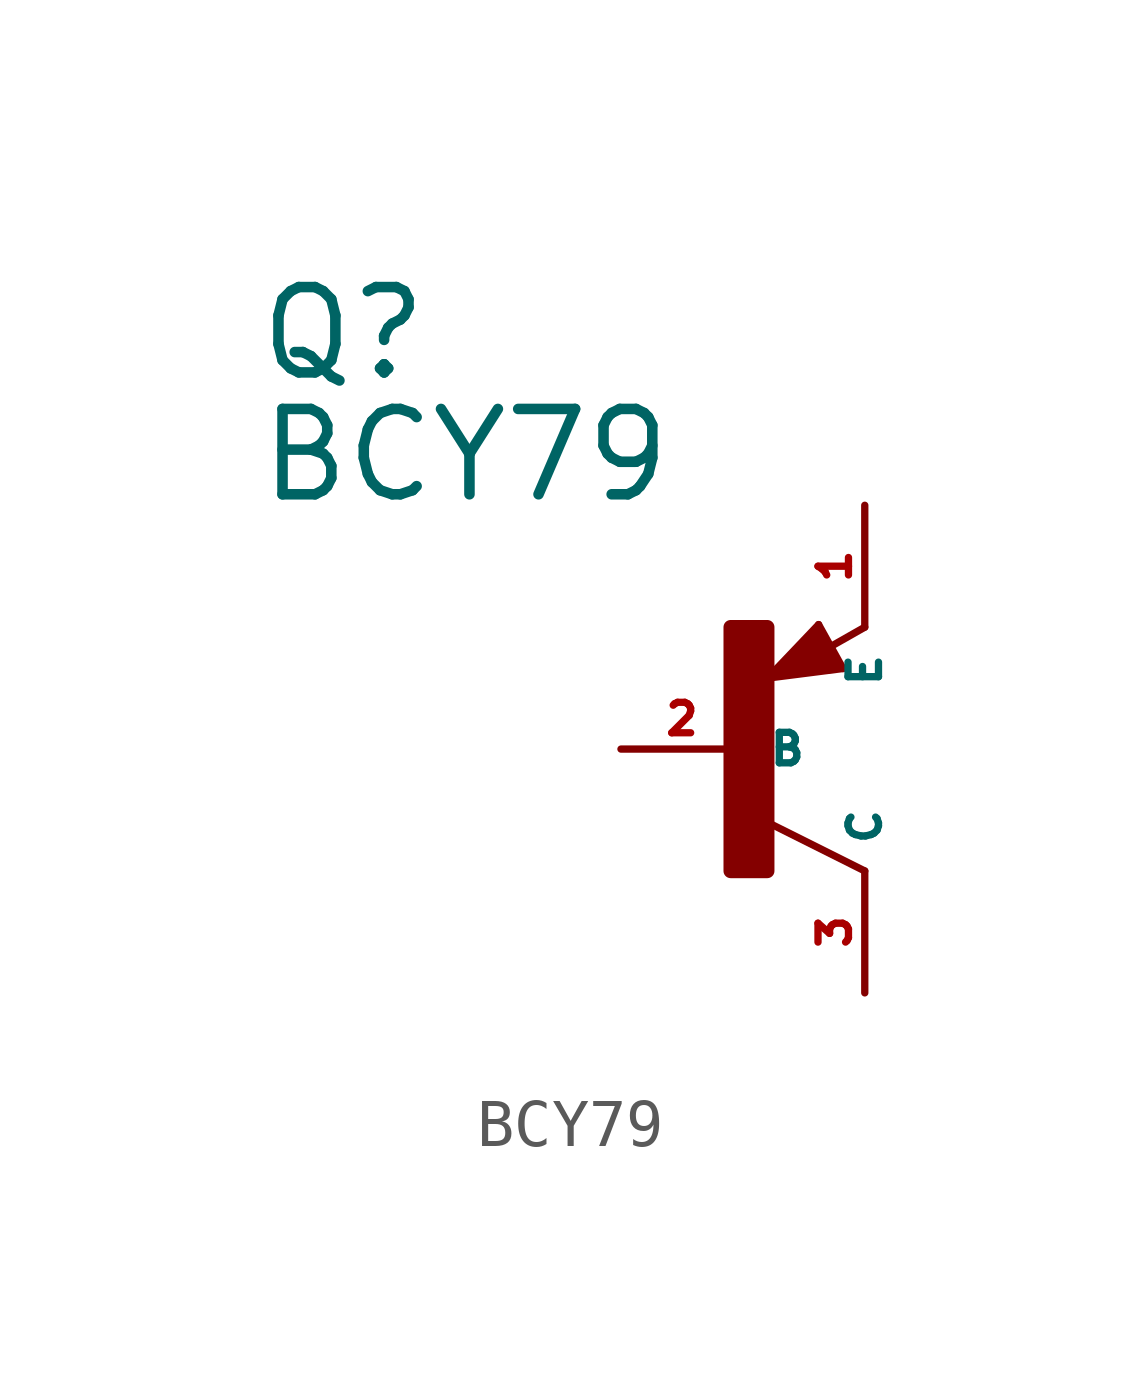
<source format=kicad_sym>
(kicad_symbol_lib
  (version 20220914)
  (generator Eagle2Kicad)
  (symbol "BCY79"
    (property "Reference" "Q"
      (at -10.16 7.62 0)
      (effects (font (size 1.778 1.778) (thickness 0.22)) (justify left bottom)))
    (property "Value" "BCY79"
      (at -10.16 5.08 0)
      (effects (font (size 1.778 1.778) (thickness 0.22)) (justify left bottom)))
    (polyline
      (pts (xy 2.086 1.678) (xy 1.578 2.594))
      (stroke (width 0.152) (type default))
      (fill (type none)))
    (polyline
      (pts (xy 1.578 2.594) (xy 0.516 1.478))
      (stroke (width 0.152) (type default))
      (fill (type none)))
    (polyline
      (pts (xy 0.516 1.478) (xy 2.086 1.678))
      (stroke (width 0.152) (type default))
      (fill (type none)))
    (polyline
      (pts (xy 2.54 2.54) (xy 1.808 2.124))
      (stroke (width 0.152) (type default))
      (fill (type none)))
    (polyline
      (pts (xy 2.54 -2.54) (xy 0.508 -1.524))
      (stroke (width 0.152) (type default))
      (fill (type none)))
    (polyline
      (pts (xy 1.905 1.778) (xy 1.524 2.413))
      (stroke (width 0.254) (type default))
      (fill (type none)))
    (polyline
      (pts (xy 1.524 2.413) (xy 0.762 1.651))
      (stroke (width 0.254) (type default))
      (fill (type none)))
    (polyline
      (pts (xy 0.762 1.651) (xy 1.778 1.778))
      (stroke (width 0.254) (type default))
      (fill (type none)))
    (polyline
      (pts (xy 1.778 1.778) (xy 1.524 2.159))
      (stroke (width 0.254) (type default))
      (fill (type none)))
    (polyline
      (pts (xy 1.524 2.159) (xy 1.143 1.905))
      (stroke (width 0.254) (type default))
      (fill (type none)))
    (polyline
      (pts (xy 1.143 1.905) (xy 1.524 1.905))
      (stroke (width 0.254) (type default))
      (fill (type none)))
    (rectangle
      (start -0.254 -2.54)
      (end 0.508 2.54)
      (stroke (width 0.3) (type default))
      (fill (type outline)))
    (pin passive line
      (at -2.54 0 0)
      (length 2.54)
      (name "B" (effects (font (size 0.635 0.635) (thickness 0.08)) (justify left bottom)))
      (number "2" (effects (font (size 0.635 0.635) (thickness 0.08)) (justify left bottom))))
    (pin passive line
      (at 2.54 5.08 270)
      (length 2.54)
      (name "E" (effects (font (size 0.635 0.635) (thickness 0.08)) (justify left bottom)))
      (number "1" (effects (font (size 0.635 0.635) (thickness 0.08)) (justify left bottom))))
    (pin passive line
      (at 2.54 -5.08 90)
      (length 2.54)
      (name "C" (effects (font (size 0.635 0.635) (thickness 0.08)) (justify left bottom)))
      (number "3" (effects (font (size 0.635 0.635) (thickness 0.08)) (justify left bottom))))))
</source>
